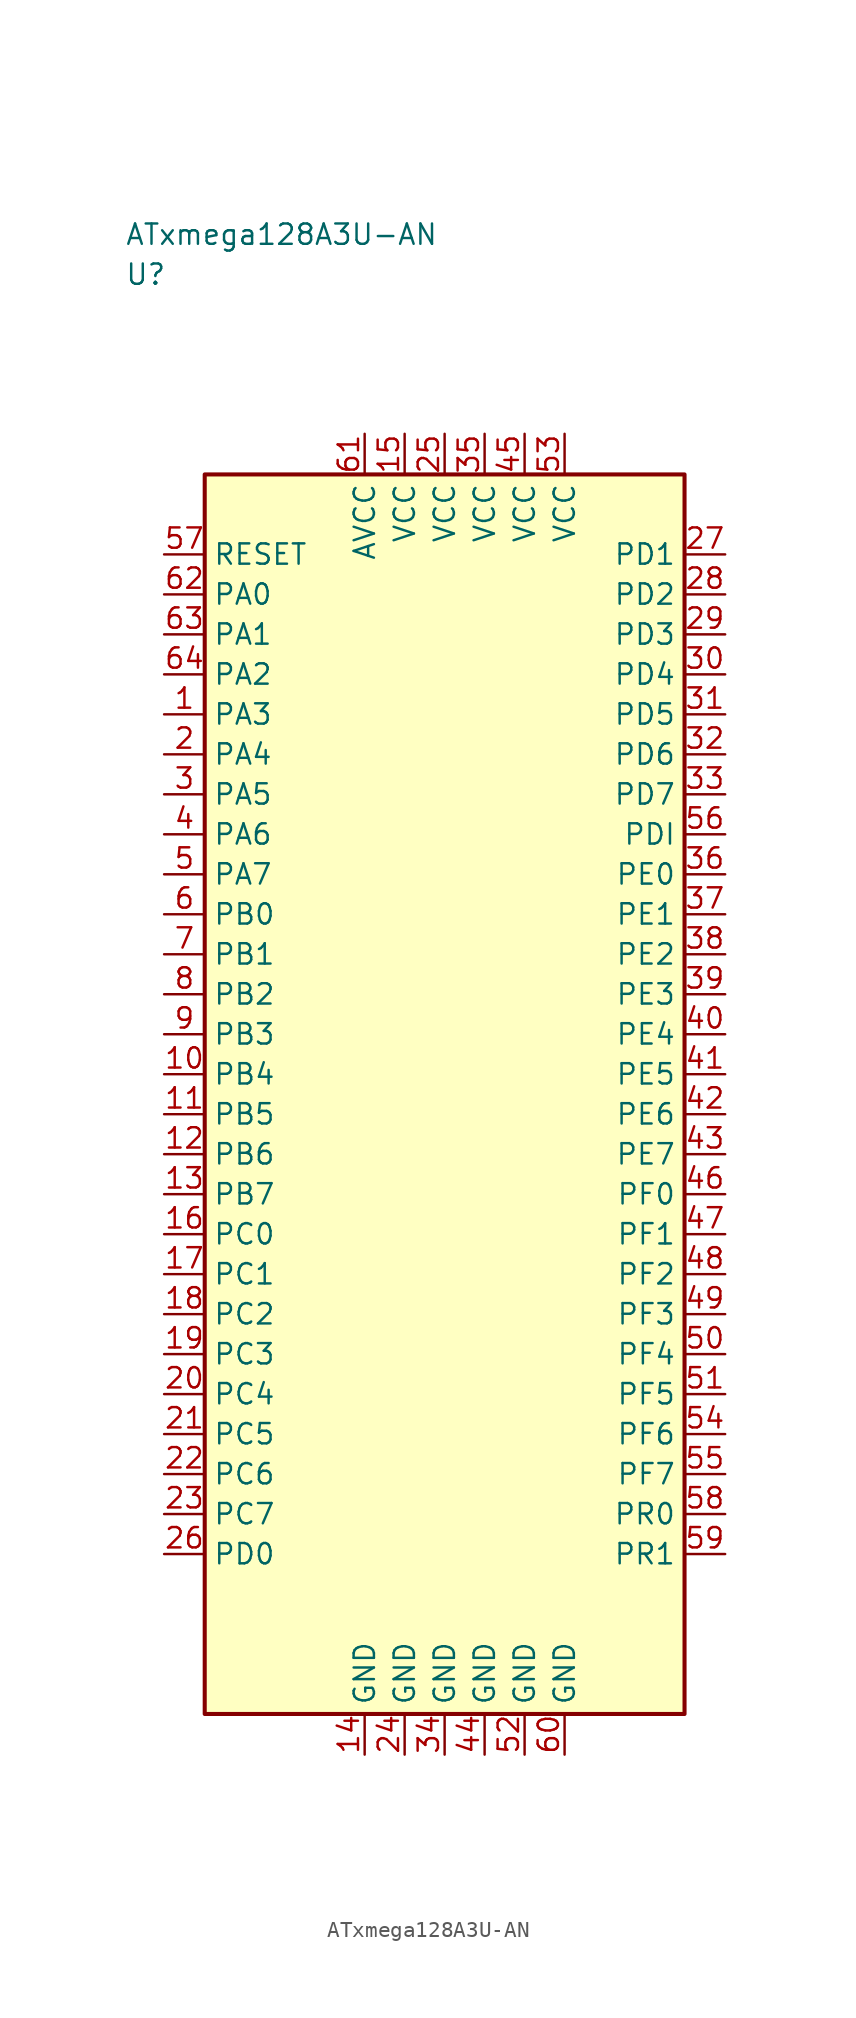
<source format=kicad_sym>
(kicad_symbol_lib
  (version 20241025)
  (generator "kicad_symbol_editor")
  (generator_version "8.0")
  (symbol "ATxmega128A3U-AN"
    (property "Reference" "U"
      (at -20.0 51.25 0)
      (effects (font (size 1.27 1.27)) (justify left)))
    (property "Value" "ATxmega128A3U-AN"
      (at -20.0 53.75 0)
      (effects (font (size 1.27 1.27)) (justify left)))
    (symbol "ATxmega128A3U-AN_0_1"
      (rectangle (start -15.0 38.75) (end 15.0 -38.75) (stroke (width 0.254) (type default)) (fill (type background))))
    (symbol "ATxmega128A3U-AN_1_1"
      (pin bidirectional line (at -17.54 23.75 0.0) (length 2.54) (name "PA3" (effects (font (size 1.27 1.27)))) (number "1" (effects (font (size 1.27 1.27)))))
      (pin bidirectional line (at -17.54 21.25 0.0) (length 2.54) (name "PA4" (effects (font (size 1.27 1.27)))) (number "2" (effects (font (size 1.27 1.27)))))
      (pin bidirectional line (at -17.54 18.75 0.0) (length 2.54) (name "PA5" (effects (font (size 1.27 1.27)))) (number "3" (effects (font (size 1.27 1.27)))))
      (pin bidirectional line (at -17.54 16.25 0.0) (length 2.54) (name "PA6" (effects (font (size 1.27 1.27)))) (number "4" (effects (font (size 1.27 1.27)))))
      (pin bidirectional line (at -17.54 13.75 0.0) (length 2.54) (name "PA7" (effects (font (size 1.27 1.27)))) (number "5" (effects (font (size 1.27 1.27)))))
      (pin bidirectional line (at -17.54 11.25 0.0) (length 2.54) (name "PB0" (effects (font (size 1.27 1.27)))) (number "6" (effects (font (size 1.27 1.27)))))
      (pin bidirectional line (at -17.54 8.75 0.0) (length 2.54) (name "PB1" (effects (font (size 1.27 1.27)))) (number "7" (effects (font (size 1.27 1.27)))))
      (pin bidirectional line (at -17.54 6.25 0.0) (length 2.54) (name "PB2" (effects (font (size 1.27 1.27)))) (number "8" (effects (font (size 1.27 1.27)))))
      (pin bidirectional line (at -17.54 3.75 0.0) (length 2.54) (name "PB3" (effects (font (size 1.27 1.27)))) (number "9" (effects (font (size 1.27 1.27)))))
      (pin bidirectional line (at -17.54 1.25 0.0) (length 2.54) (name "PB4" (effects (font (size 1.27 1.27)))) (number "10" (effects (font (size 1.27 1.27)))))
      (pin bidirectional line (at -17.54 -1.25 0.0) (length 2.54) (name "PB5" (effects (font (size 1.27 1.27)))) (number "11" (effects (font (size 1.27 1.27)))))
      (pin bidirectional line (at -17.54 -3.75 0.0) (length 2.54) (name "PB6" (effects (font (size 1.27 1.27)))) (number "12" (effects (font (size 1.27 1.27)))))
      (pin bidirectional line (at -17.54 -6.25 0.0) (length 2.54) (name "PB7" (effects (font (size 1.27 1.27)))) (number "13" (effects (font (size 1.27 1.27)))))
      (pin passive line (at -5.0 -41.29 90.0) (length 2.54) (name "GND" (effects (font (size 1.27 1.27)))) (number "14" (effects (font (size 1.27 1.27)))))
      (pin power_in line (at -2.5 41.29 270.0) (length 2.54) (name "VCC" (effects (font (size 1.27 1.27)))) (number "15" (effects (font (size 1.27 1.27)))))
      (pin bidirectional line (at -17.54 -8.75 0.0) (length 2.54) (name "PC0" (effects (font (size 1.27 1.27)))) (number "16" (effects (font (size 1.27 1.27)))))
      (pin bidirectional line (at -17.54 -11.25 0.0) (length 2.54) (name "PC1" (effects (font (size 1.27 1.27)))) (number "17" (effects (font (size 1.27 1.27)))))
      (pin bidirectional line (at -17.54 -13.75 0.0) (length 2.54) (name "PC2" (effects (font (size 1.27 1.27)))) (number "18" (effects (font (size 1.27 1.27)))))
      (pin bidirectional line (at -17.54 -16.25 0.0) (length 2.54) (name "PC3" (effects (font (size 1.27 1.27)))) (number "19" (effects (font (size 1.27 1.27)))))
      (pin bidirectional line (at -17.54 -18.75 0.0) (length 2.54) (name "PC4" (effects (font (size 1.27 1.27)))) (number "20" (effects (font (size 1.27 1.27)))))
      (pin bidirectional line (at -17.54 -21.25 0.0) (length 2.54) (name "PC5" (effects (font (size 1.27 1.27)))) (number "21" (effects (font (size 1.27 1.27)))))
      (pin bidirectional line (at -17.54 -23.75 0.0) (length 2.54) (name "PC6" (effects (font (size 1.27 1.27)))) (number "22" (effects (font (size 1.27 1.27)))))
      (pin bidirectional line (at -17.54 -26.25 0.0) (length 2.54) (name "PC7" (effects (font (size 1.27 1.27)))) (number "23" (effects (font (size 1.27 1.27)))))
      (pin passive line (at -2.5 -41.29 90.0) (length 2.54) (name "GND" (effects (font (size 1.27 1.27)))) (number "24" (effects (font (size 1.27 1.27)))))
      (pin power_in line (at 0.0 41.29 270.0) (length 2.54) (name "VCC" (effects (font (size 1.27 1.27)))) (number "25" (effects (font (size 1.27 1.27)))))
      (pin bidirectional line (at -17.54 -28.75 0.0) (length 2.54) (name "PD0" (effects (font (size 1.27 1.27)))) (number "26" (effects (font (size 1.27 1.27)))))
      (pin bidirectional line (at 17.54 33.75 180.0) (length 2.54) (name "PD1" (effects (font (size 1.27 1.27)))) (number "27" (effects (font (size 1.27 1.27)))))
      (pin bidirectional line (at 17.54 31.25 180.0) (length 2.54) (name "PD2" (effects (font (size 1.27 1.27)))) (number "28" (effects (font (size 1.27 1.27)))))
      (pin bidirectional line (at 17.54 28.75 180.0) (length 2.54) (name "PD3" (effects (font (size 1.27 1.27)))) (number "29" (effects (font (size 1.27 1.27)))))
      (pin bidirectional line (at 17.54 26.25 180.0) (length 2.54) (name "PD4" (effects (font (size 1.27 1.27)))) (number "30" (effects (font (size 1.27 1.27)))))
      (pin bidirectional line (at 17.54 23.75 180.0) (length 2.54) (name "PD5" (effects (font (size 1.27 1.27)))) (number "31" (effects (font (size 1.27 1.27)))))
      (pin bidirectional line (at 17.54 21.25 180.0) (length 2.54) (name "PD6" (effects (font (size 1.27 1.27)))) (number "32" (effects (font (size 1.27 1.27)))))
      (pin bidirectional line (at 17.54 18.75 180.0) (length 2.54) (name "PD7" (effects (font (size 1.27 1.27)))) (number "33" (effects (font (size 1.27 1.27)))))
      (pin passive line (at 0.0 -41.29 90.0) (length 2.54) (name "GND" (effects (font (size 1.27 1.27)))) (number "34" (effects (font (size 1.27 1.27)))))
      (pin power_in line (at 2.5 41.29 270.0) (length 2.54) (name "VCC" (effects (font (size 1.27 1.27)))) (number "35" (effects (font (size 1.27 1.27)))))
      (pin bidirectional line (at 17.54 13.75 180.0) (length 2.54) (name "PE0" (effects (font (size 1.27 1.27)))) (number "36" (effects (font (size 1.27 1.27)))))
      (pin bidirectional line (at 17.54 11.25 180.0) (length 2.54) (name "PE1" (effects (font (size 1.27 1.27)))) (number "37" (effects (font (size 1.27 1.27)))))
      (pin bidirectional line (at 17.54 8.75 180.0) (length 2.54) (name "PE2" (effects (font (size 1.27 1.27)))) (number "38" (effects (font (size 1.27 1.27)))))
      (pin bidirectional line (at 17.54 6.25 180.0) (length 2.54) (name "PE3" (effects (font (size 1.27 1.27)))) (number "39" (effects (font (size 1.27 1.27)))))
      (pin bidirectional line (at 17.54 3.75 180.0) (length 2.54) (name "PE4" (effects (font (size 1.27 1.27)))) (number "40" (effects (font (size 1.27 1.27)))))
      (pin bidirectional line (at 17.54 1.25 180.0) (length 2.54) (name "PE5" (effects (font (size 1.27 1.27)))) (number "41" (effects (font (size 1.27 1.27)))))
      (pin bidirectional line (at 17.54 -1.25 180.0) (length 2.54) (name "PE6" (effects (font (size 1.27 1.27)))) (number "42" (effects (font (size 1.27 1.27)))))
      (pin bidirectional line (at 17.54 -3.75 180.0) (length 2.54) (name "PE7" (effects (font (size 1.27 1.27)))) (number "43" (effects (font (size 1.27 1.27)))))
      (pin passive line (at 2.5 -41.29 90.0) (length 2.54) (name "GND" (effects (font (size 1.27 1.27)))) (number "44" (effects (font (size 1.27 1.27)))))
      (pin power_in line (at 5.0 41.29 270.0) (length 2.54) (name "VCC" (effects (font (size 1.27 1.27)))) (number "45" (effects (font (size 1.27 1.27)))))
      (pin bidirectional line (at 17.54 -6.25 180.0) (length 2.54) (name "PF0" (effects (font (size 1.27 1.27)))) (number "46" (effects (font (size 1.27 1.27)))))
      (pin bidirectional line (at 17.54 -8.75 180.0) (length 2.54) (name "PF1" (effects (font (size 1.27 1.27)))) (number "47" (effects (font (size 1.27 1.27)))))
      (pin bidirectional line (at 17.54 -11.25 180.0) (length 2.54) (name "PF2" (effects (font (size 1.27 1.27)))) (number "48" (effects (font (size 1.27 1.27)))))
      (pin bidirectional line (at 17.54 -13.75 180.0) (length 2.54) (name "PF3" (effects (font (size 1.27 1.27)))) (number "49" (effects (font (size 1.27 1.27)))))
      (pin bidirectional line (at 17.54 -16.25 180.0) (length 2.54) (name "PF4" (effects (font (size 1.27 1.27)))) (number "50" (effects (font (size 1.27 1.27)))))
      (pin bidirectional line (at 17.54 -18.75 180.0) (length 2.54) (name "PF5" (effects (font (size 1.27 1.27)))) (number "51" (effects (font (size 1.27 1.27)))))
      (pin passive line (at 5.0 -41.29 90.0) (length 2.54) (name "GND" (effects (font (size 1.27 1.27)))) (number "52" (effects (font (size 1.27 1.27)))))
      (pin power_in line (at 7.5 41.29 270.0) (length 2.54) (name "VCC" (effects (font (size 1.27 1.27)))) (number "53" (effects (font (size 1.27 1.27)))))
      (pin bidirectional line (at 17.54 -21.25 180.0) (length 2.54) (name "PF6" (effects (font (size 1.27 1.27)))) (number "54" (effects (font (size 1.27 1.27)))))
      (pin bidirectional line (at 17.54 -23.75 180.0) (length 2.54) (name "PF7" (effects (font (size 1.27 1.27)))) (number "55" (effects (font (size 1.27 1.27)))))
      (pin bidirectional line (at 17.54 16.25 180.0) (length 2.54) (name "PDI" (effects (font (size 1.27 1.27)))) (number "56" (effects (font (size 1.27 1.27)))))
      (pin input line (at -17.54 33.75 0.0) (length 2.54) (name "RESET" (effects (font (size 1.27 1.27)))) (number "57" (effects (font (size 1.27 1.27)))))
      (pin bidirectional line (at 17.54 -26.25 180.0) (length 2.54) (name "PR0" (effects (font (size 1.27 1.27)))) (number "58" (effects (font (size 1.27 1.27)))))
      (pin bidirectional line (at 17.54 -28.75 180.0) (length 2.54) (name "PR1" (effects (font (size 1.27 1.27)))) (number "59" (effects (font (size 1.27 1.27)))))
      (pin passive line (at 7.5 -41.29 90.0) (length 2.54) (name "GND" (effects (font (size 1.27 1.27)))) (number "60" (effects (font (size 1.27 1.27)))))
      (pin power_in line (at -5.0 41.29 270.0) (length 2.54) (name "AVCC" (effects (font (size 1.27 1.27)))) (number "61" (effects (font (size 1.27 1.27)))))
      (pin bidirectional line (at -17.54 31.25 0.0) (length 2.54) (name "PA0" (effects (font (size 1.27 1.27)))) (number "62" (effects (font (size 1.27 1.27)))))
      (pin bidirectional line (at -17.54 28.75 0.0) (length 2.54) (name "PA1" (effects (font (size 1.27 1.27)))) (number "63" (effects (font (size 1.27 1.27)))))
      (pin bidirectional line (at -17.54 26.25 0.0) (length 2.54) (name "PA2" (effects (font (size 1.27 1.27)))) (number "64" (effects (font (size 1.27 1.27))))))))
</source>
